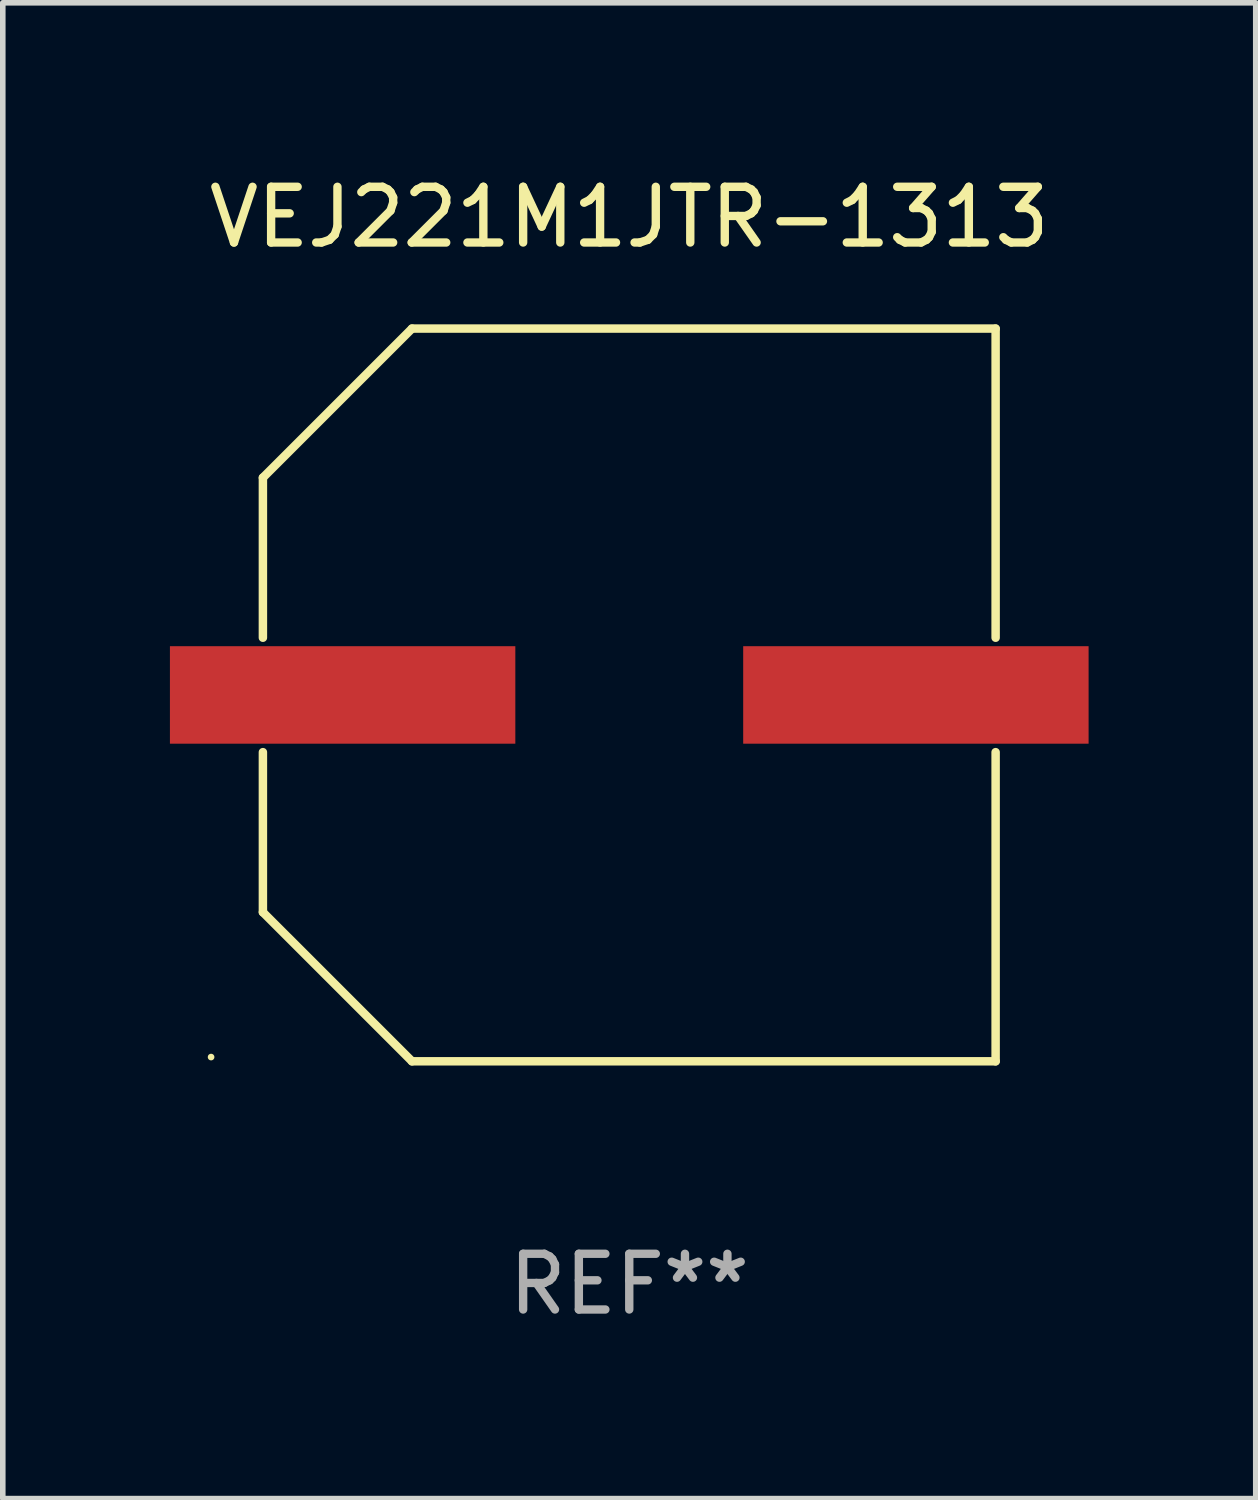
<source format=kicad_pcb>
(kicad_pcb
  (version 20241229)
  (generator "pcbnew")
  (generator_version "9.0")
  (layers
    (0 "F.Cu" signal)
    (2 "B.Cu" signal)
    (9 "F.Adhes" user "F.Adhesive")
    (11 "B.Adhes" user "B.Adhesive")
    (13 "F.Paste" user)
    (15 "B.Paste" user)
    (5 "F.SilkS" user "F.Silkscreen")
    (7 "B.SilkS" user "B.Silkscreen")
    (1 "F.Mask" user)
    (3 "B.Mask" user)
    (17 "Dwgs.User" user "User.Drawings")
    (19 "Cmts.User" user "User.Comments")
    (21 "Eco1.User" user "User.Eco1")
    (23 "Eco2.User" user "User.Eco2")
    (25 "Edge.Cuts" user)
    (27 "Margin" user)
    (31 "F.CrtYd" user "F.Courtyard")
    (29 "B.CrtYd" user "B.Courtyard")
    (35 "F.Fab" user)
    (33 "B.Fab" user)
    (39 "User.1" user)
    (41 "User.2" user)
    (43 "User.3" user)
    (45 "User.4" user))
  (footprint "VEJ221M1JTR-1313"
    (layer "F.Cu")
    (at 8.245 9.424)
    (property "Reference" "VEJ221M1JTR-1313" (at 0 -8.576 0) (layer "F.SilkS") (effects (font (size 1 1) (thickness 0.15))))
    (attr through_hole)
    (fp_line (start -6.576 -3.9) (end -6.576 -1.027) (stroke (width 0.152) (type solid)) (layer "F.SilkS"))
    (fp_line (start -6.576 3.9) (end -6.576 1.027) (stroke (width 0.152) (type solid)) (layer "F.SilkS"))
    (fp_line (start -3.9 -6.576) (end -6.576 -3.9) (stroke (width 0.152) (type solid)) (layer "F.SilkS"))
    (fp_line (start -3.9 6.576) (end -6.576 3.9) (stroke (width 0.152) (type solid)) (layer "F.SilkS"))
    (fp_line (start 6.576 -6.576) (end -3.9 -6.576) (stroke (width 0.152) (type solid)) (layer "F.SilkS"))
    (fp_line (start 6.576 -1.027) (end 6.576 -6.576) (stroke (width 0.152) (type solid)) (layer "F.SilkS"))
    (fp_line (start 6.576 1.027) (end 6.576 6.576) (stroke (width 0.152) (type solid)) (layer "F.SilkS"))
    (fp_line (start 6.576 6.576) (end -3.9 6.576) (stroke (width 0.152) (type solid)) (layer "F.SilkS"))
    (fp_circle (center -7.506 6.5) (end -7.476 6.5) (stroke (width 0.06) (type solid)) (fill no) (layer "F.SilkS"))
    (fp_text user "REF**" (at 0 10.576 0) (layer "F.Fab") (effects (font (size 1 1) (thickness 0.15))))
    (pad "1" smd rect (at -5.145 0) (size 6.2 1.75) (layers "F.Cu" "F.Mask" "F.Paste"))
    (pad "2" smd rect (at 5.145 0) (size 6.2 1.75) (layers "F.Cu" "F.Mask" "F.Paste")))
  (gr_rect
    (start -3 -3)
    (end 19.49 23.849)
    (stroke (width 0.1) (type default))
    (fill no)
    (layer "Edge.Cuts")))
</source>
